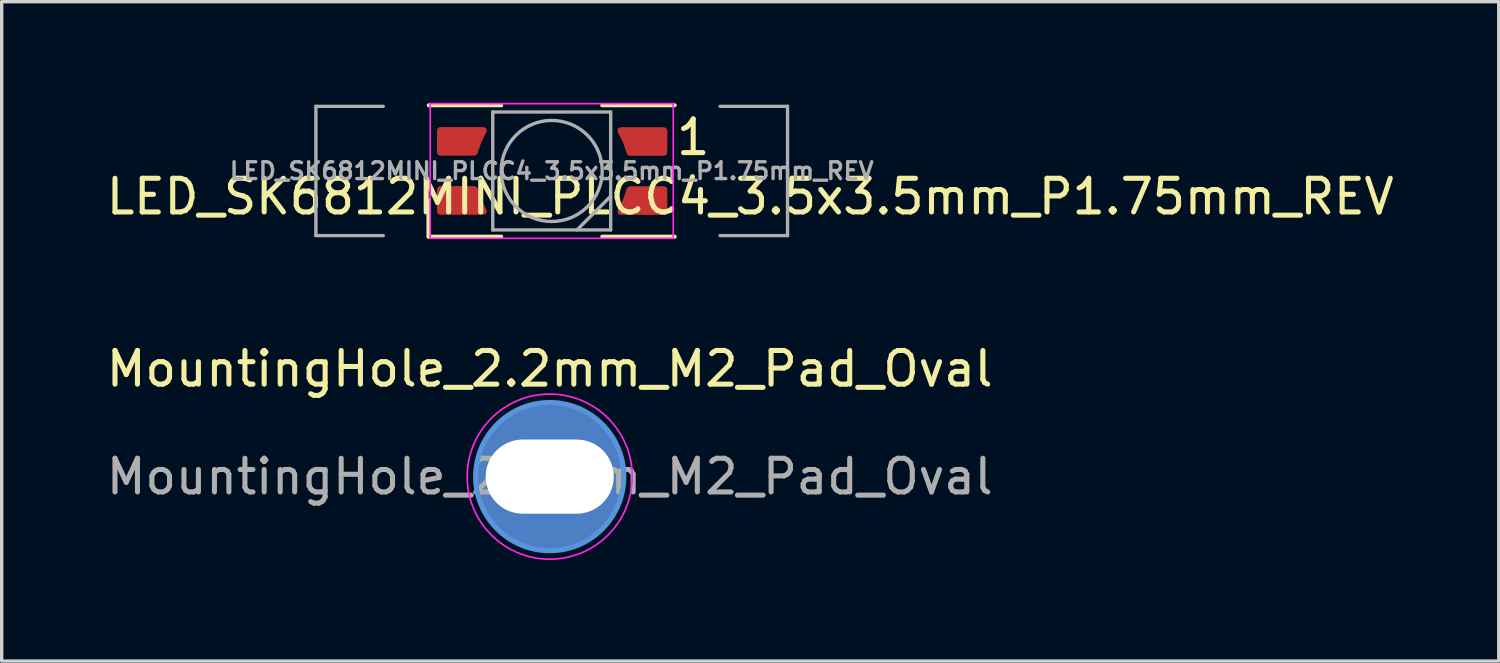
<source format=kicad_pcb>
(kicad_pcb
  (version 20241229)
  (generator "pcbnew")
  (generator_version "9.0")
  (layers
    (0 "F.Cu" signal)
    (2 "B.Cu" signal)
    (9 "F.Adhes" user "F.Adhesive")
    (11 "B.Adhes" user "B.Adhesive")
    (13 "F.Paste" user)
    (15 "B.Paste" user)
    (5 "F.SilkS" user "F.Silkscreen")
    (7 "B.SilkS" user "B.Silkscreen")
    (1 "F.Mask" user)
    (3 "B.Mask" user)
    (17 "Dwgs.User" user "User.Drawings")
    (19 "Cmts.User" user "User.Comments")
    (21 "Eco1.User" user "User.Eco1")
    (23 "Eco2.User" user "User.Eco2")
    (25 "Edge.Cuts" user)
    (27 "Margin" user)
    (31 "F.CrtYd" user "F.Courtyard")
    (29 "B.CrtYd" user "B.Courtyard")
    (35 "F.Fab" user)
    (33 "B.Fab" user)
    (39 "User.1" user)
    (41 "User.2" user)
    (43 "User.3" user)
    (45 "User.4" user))
  (footprint "MountingHole_2.2mm_M2_Pad_Oval"
    (layer "F.Cu")
    (at 13.268 11.098)
    (property "Reference" "MountingHole_2.2mm_M2_Pad_Oval" (at 0 -3.2 0) (layer "F.SilkS") (effects (font (size 1 1) (thickness 0.15))))
    (attr exclude_from_pos_files exclude_from_bom)
    (fp_circle (center 0 0) (end 2.2 0) (stroke (width 0.15) (type solid)) (fill no) (layer "Cmts.User"))
    (fp_circle (center 0 0) (end 2.45 0) (stroke (width 0.05) (type solid)) (fill no) (layer "F.CrtYd"))
    (fp_text user "${REFERENCE}" (at 0 0 0) (layer "F.Fab") (effects (font (size 1 1) (thickness 0.15))))
    (pad "1" thru_hole circle (at 0 0) (size 4.4 4.4) (drill oval 3.8 2.2) (layers "*.Cu" "*.Mask")))
  (footprint "LED_SK6812MINI_PLCC4_3.5x3.5mm_P1.75mm_REV"
    (layer "F.Cu")
    (at 13.327 2.025)
    (property "Reference" "LED_SK6812MINI_PLCC4_3.5x3.5mm_P1.75mm_REV" (at 5.893 0.762 0) (layer "F.SilkS") (effects (font (size 1 1) (thickness 0.15))))
    (attr smd)
    (fp_line (start -3.658 1.95) (end -3.658 0.875) (stroke (width 0.12) (type solid)) (layer "F.SilkS"))
    (fp_line (start -3.65 -1.95) (end -1.5 -1.95) (stroke (width 0.12) (type solid)) (layer "F.SilkS"))
    (fp_line (start -3.65 1.95) (end -1.5 1.95) (stroke (width 0.12) (type solid)) (layer "F.SilkS"))
    (fp_line (start 1.5 -1.95) (end 3.65 -1.95) (stroke (width 0.12) (type solid)) (layer "F.SilkS"))
    (fp_line (start 1.5 1.95) (end 3.65 1.95) (stroke (width 0.12) (type solid)) (layer "F.SilkS"))
    (fp_line (start -3.607 -2) (end -3.607 2) (stroke (width 0.05) (type solid)) (layer "F.CrtYd"))
    (fp_line (start -3.6 2) (end 3.6 2) (stroke (width 0.05) (type solid)) (layer "F.CrtYd"))
    (fp_line (start 3.6 -2) (end -3.6 -2) (stroke (width 0.05) (type solid)) (layer "F.CrtYd"))
    (fp_line (start 3.607 2) (end 3.607 -2) (stroke (width 0.05) (type solid)) (layer "F.CrtYd"))
    (fp_line (start -7 -1.919) (end -7 1.919) (stroke (width 0.1) (type default)) (layer "F.Fab"))
    (fp_line (start -5 -1.919) (end -7 -1.919) (stroke (width 0.1) (type default)) (layer "F.Fab"))
    (fp_line (start -5 1.919) (end -7 1.919) (stroke (width 0.1) (type default)) (layer "F.Fab"))
    (fp_line (start -1.75 -1.75) (end -1.75 1.75) (stroke (width 0.1) (type solid)) (layer "F.Fab"))
    (fp_line (start -1.75 1.75) (end 1.75 1.75) (stroke (width 0.1) (type solid)) (layer "F.Fab"))
    (fp_line (start 1.75 -1.75) (end -1.75 -1.75) (stroke (width 0.1) (type solid)) (layer "F.Fab"))
    (fp_line (start 1.75 0.75) (end 0.75 1.75) (stroke (width 0.1) (type solid)) (layer "F.Fab"))
    (fp_line (start 1.75 1.75) (end 1.75 -1.75) (stroke (width 0.1) (type solid)) (layer "F.Fab"))
    (fp_line (start 7 -1.919) (end 5 -1.919) (stroke (width 0.1) (type default)) (layer "F.Fab"))
    (fp_line (start 7 -1.919) (end 7 1.919) (stroke (width 0.1) (type default)) (layer "F.Fab"))
    (fp_line (start 7 1.919) (end 5 1.919) (stroke (width 0.1) (type default)) (layer "F.Fab"))
    (fp_circle (center 0 0) (end 0 -1.5) (stroke (width 0.1) (type solid)) (fill no) (layer "F.Fab"))
    (fp_text user "1" (at 4.2 -1 0) (layer "F.SilkS") (effects (font (size 1 1) (thickness 0.15))))
    (fp_text user "${REFERENCE}" (at 0 0 0) (layer "F.Fab") (effects (font (size 0.5 0.5) (thickness 0.1))))
    (pad "1" smd custom (at 2.632 -0.875) (size 0.6 0.85) (layers "F.Cu" "F.Mask" "F.Paste") (options (anchor rect)) (primitives (gr_poly (pts (xy -0.58 -0.325) (xy -0.42 0) (xy -0.31 0.325) (xy -0.1 0.325) (xy -0.1 -0.325)) (width 0.2) (fill yes)) (gr_poly (pts (xy 0.7 0.325) (xy -0.2 0.325) (xy -0.2 -0.325) (xy 0.7 -0.325)) (width 0.2) (fill yes))))
    (pad "2" smd custom (at 2.632 0.879) (size 0.6 0.85) (layers "F.Cu" "F.Mask" "F.Paste") (options (anchor rect)) (primitives (gr_poly (pts (xy -0.31 -0.325) (xy -0.42 0) (xy -0.58 0.325) (xy -0.1 0.325) (xy -0.1 -0.325)) (width 0.2) (fill yes)) (gr_poly (pts (xy 0.7 -0.325) (xy -0.2 -0.325) (xy -0.2 0.325) (xy 0.7 0.325)) (width 0.2) (fill yes))))
    (pad "3" smd custom (at -2.606 0.875) (size 0.6 0.85) (layers "F.Cu" "F.Mask" "F.Paste") (options (anchor rect)) (primitives (gr_poly (pts (xy 0.31 -0.325) (xy 0.42 0) (xy 0.58 0.325) (xy 0.1 0.325) (xy 0.1 -0.325)) (width 0.2) (fill yes)) (gr_poly (pts (xy -0.7 -0.325) (xy 0.2 -0.325) (xy 0.2 0.325) (xy -0.7 0.325)) (width 0.2) (fill yes))))
    (pad "4" smd custom (at -2.606 -0.879) (size 0.6 0.85) (layers "F.Cu" "F.Mask" "F.Paste") (options (anchor rect)) (primitives (gr_poly (pts (xy 0.58 -0.325) (xy 0.42 0) (xy 0.31 0.325) (xy 0.1 0.325) (xy 0.1 -0.325)) (width 0.2) (fill yes)) (gr_poly (pts (xy -0.7 -0.325) (xy 0.2 -0.325) (xy 0.2 0.325) (xy -0.7 0.325)) (width 0.2) (fill yes)))))
  (gr_rect
    (start -3 -3)
    (end 41.44 16.573)
    (stroke (width 0.1) (type default))
    (fill no)
    (layer "Edge.Cuts")))
</source>
